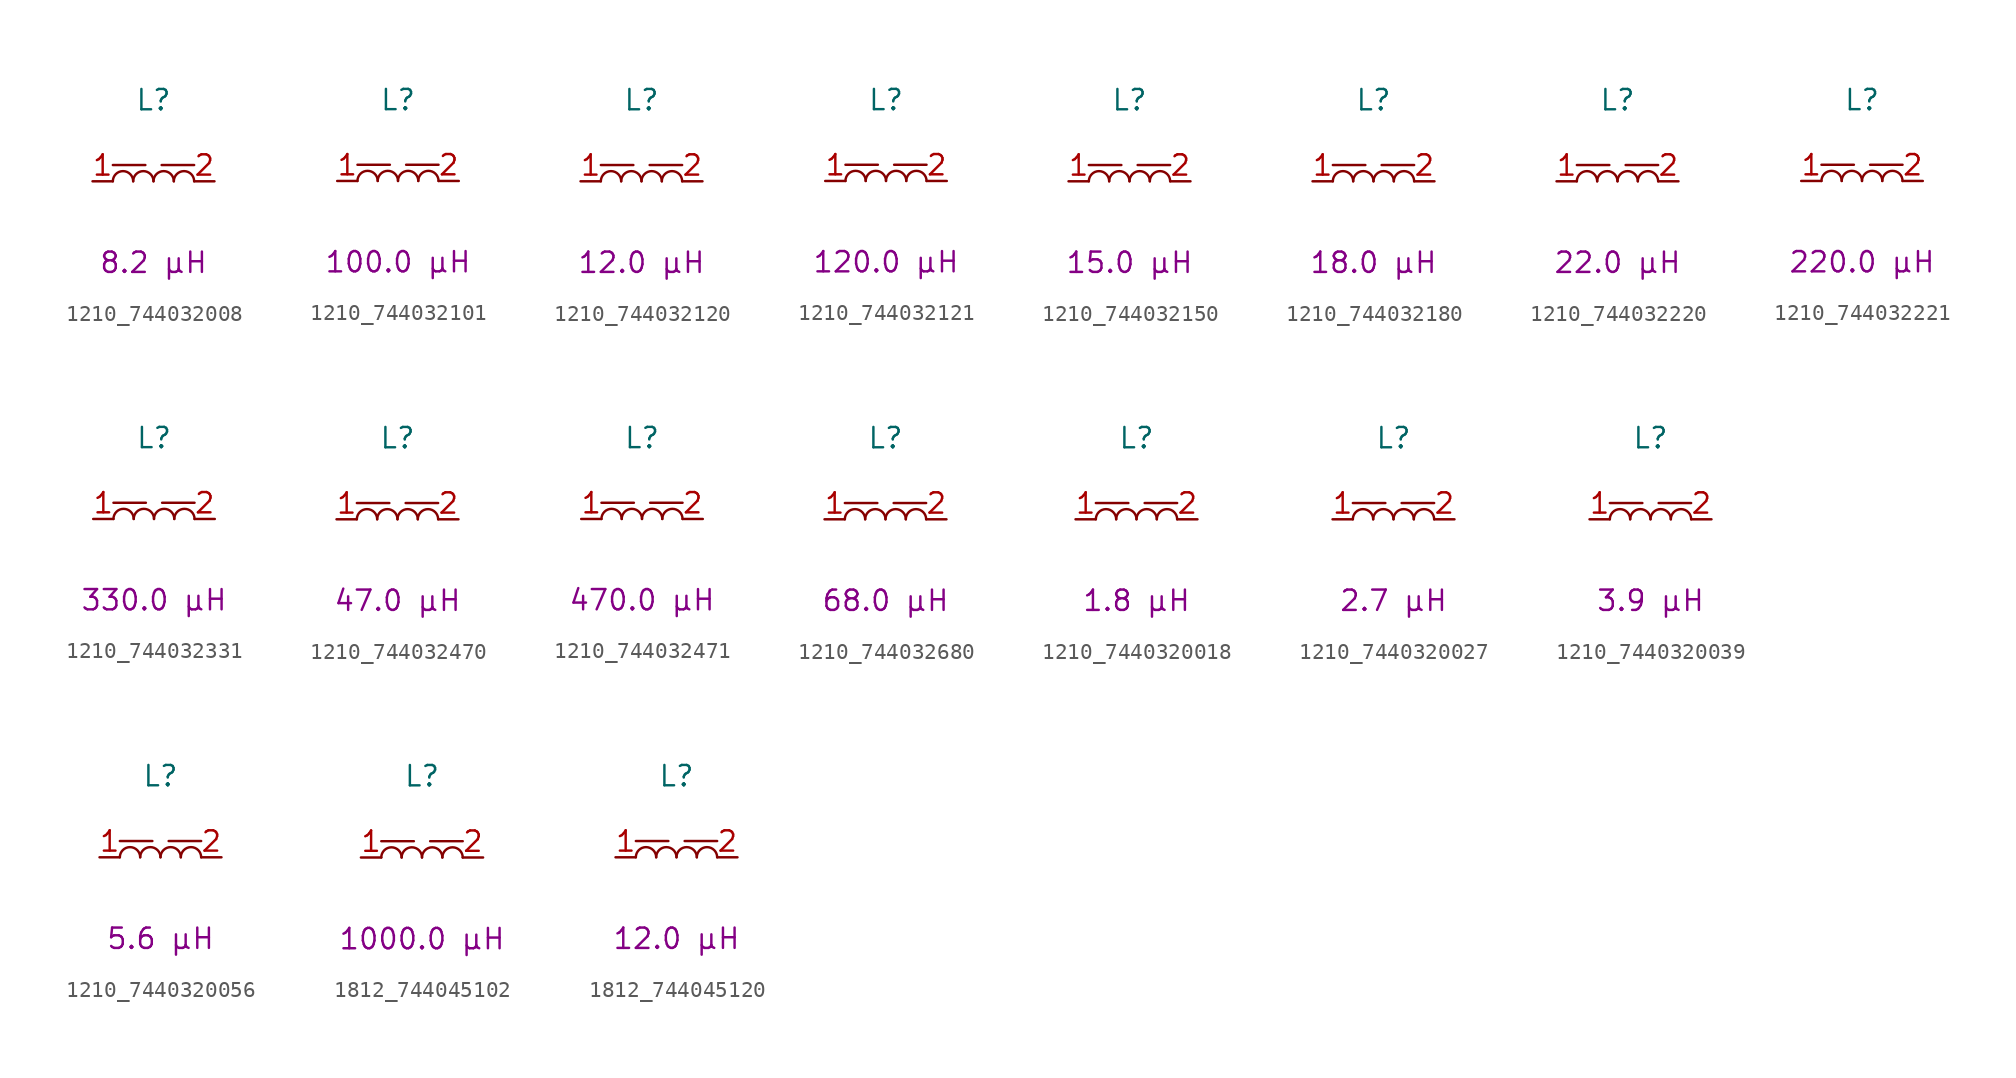
<source format=kicad_sym>
(kicad_symbol_lib
  (version 20220914)
  (generator kicad_symbol_editor)
  (symbol "1210_744032008"
    (pin_names hide)
    (property "Reference" "L"
      (at 0 5.08 0)
      (effects (font (size 1.27 1.27))))
    (property "Critical Parameter" "8.2 µH"
      (at 0 -5.08 0)
      (effects (font (size 1.27 1.27))))
    (symbol "1210_744032008_0_1"
      (arc (start -1.27 0) (mid -1.905 0.6323) (end -2.54 0) (stroke (width 0) (type default)) (fill (type none)))
      (arc (start 0 0) (mid -0.635 0.6323) (end -1.27 0) (stroke (width 0) (type default)) (fill (type none)))
      (polyline (pts (xy -2.54 1.016) (xy -0.508 1.016)) (stroke (width 0) (type default)) (fill (type none)))
      (arc (start 1.27 0) (mid 0.635 0.6323) (end 0 0) (stroke (width 0) (type default)) (fill (type none)))
      (arc (start 2.54 0) (mid 1.905 0.6323) (end 1.27 0) (stroke (width 0) (type default)) (fill (type none))))
    (symbol "1210_744032008_1_1"
      (polyline (pts (xy 2.54 1.016) (xy 0.508 1.016)) (stroke (width 0) (type default)) (fill (type none)))
      (pin passive line (at -3.81 0 0) (length 1.27) (name "1" (effects (font (size 1.27 1.27)))) (number "1" (effects (font (size 1.27 1.27)))))
      (pin passive line (at 3.81 0 180) (length 1.27) (name "2" (effects (font (size 1.27 1.27)))) (number "2" (effects (font (size 1.27 1.27)))))))
  (symbol "1210_744032101"
    (pin_names hide)
    (property "Reference" "L"
      (at 0 5.08 0)
      (effects (font (size 1.27 1.27))))
    (property "Critical Parameter" "100.0 µH"
      (at 0 -5.08 0)
      (effects (font (size 1.27 1.27))))
    (symbol "1210_744032101_0_1"
      (arc (start -1.27 0) (mid -1.905 0.6323) (end -2.54 0) (stroke (width 0) (type default)) (fill (type none)))
      (arc (start 0 0) (mid -0.635 0.6323) (end -1.27 0) (stroke (width 0) (type default)) (fill (type none)))
      (polyline (pts (xy -2.54 1.016) (xy -0.508 1.016)) (stroke (width 0) (type default)) (fill (type none)))
      (arc (start 1.27 0) (mid 0.635 0.6323) (end 0 0) (stroke (width 0) (type default)) (fill (type none)))
      (arc (start 2.54 0) (mid 1.905 0.6323) (end 1.27 0) (stroke (width 0) (type default)) (fill (type none))))
    (symbol "1210_744032101_1_1"
      (polyline (pts (xy 2.54 1.016) (xy 0.508 1.016)) (stroke (width 0) (type default)) (fill (type none)))
      (pin passive line (at -3.81 0 0) (length 1.27) (name "1" (effects (font (size 1.27 1.27)))) (number "1" (effects (font (size 1.27 1.27)))))
      (pin passive line (at 3.81 0 180) (length 1.27) (name "2" (effects (font (size 1.27 1.27)))) (number "2" (effects (font (size 1.27 1.27)))))))
  (symbol "1210_744032120"
    (pin_names hide)
    (property "Reference" "L"
      (at 0 5.08 0)
      (effects (font (size 1.27 1.27))))
    (property "Critical Parameter" "12.0 µH"
      (at 0 -5.08 0)
      (effects (font (size 1.27 1.27))))
    (symbol "1210_744032120_0_1"
      (arc (start -1.27 0) (mid -1.905 0.6323) (end -2.54 0) (stroke (width 0) (type default)) (fill (type none)))
      (arc (start 0 0) (mid -0.635 0.6323) (end -1.27 0) (stroke (width 0) (type default)) (fill (type none)))
      (polyline (pts (xy -2.54 1.016) (xy -0.508 1.016)) (stroke (width 0) (type default)) (fill (type none)))
      (arc (start 1.27 0) (mid 0.635 0.6323) (end 0 0) (stroke (width 0) (type default)) (fill (type none)))
      (arc (start 2.54 0) (mid 1.905 0.6323) (end 1.27 0) (stroke (width 0) (type default)) (fill (type none))))
    (symbol "1210_744032120_1_1"
      (polyline (pts (xy 2.54 1.016) (xy 0.508 1.016)) (stroke (width 0) (type default)) (fill (type none)))
      (pin passive line (at -3.81 0 0) (length 1.27) (name "1" (effects (font (size 1.27 1.27)))) (number "1" (effects (font (size 1.27 1.27)))))
      (pin passive line (at 3.81 0 180) (length 1.27) (name "2" (effects (font (size 1.27 1.27)))) (number "2" (effects (font (size 1.27 1.27)))))))
  (symbol "1210_744032121"
    (pin_names hide)
    (property "Reference" "L"
      (at 0 5.08 0)
      (effects (font (size 1.27 1.27))))
    (property "Critical Parameter" "120.0 µH"
      (at 0 -5.08 0)
      (effects (font (size 1.27 1.27))))
    (symbol "1210_744032121_0_1"
      (arc (start -1.27 0) (mid -1.905 0.6323) (end -2.54 0) (stroke (width 0) (type default)) (fill (type none)))
      (arc (start 0 0) (mid -0.635 0.6323) (end -1.27 0) (stroke (width 0) (type default)) (fill (type none)))
      (polyline (pts (xy -2.54 1.016) (xy -0.508 1.016)) (stroke (width 0) (type default)) (fill (type none)))
      (arc (start 1.27 0) (mid 0.635 0.6323) (end 0 0) (stroke (width 0) (type default)) (fill (type none)))
      (arc (start 2.54 0) (mid 1.905 0.6323) (end 1.27 0) (stroke (width 0) (type default)) (fill (type none))))
    (symbol "1210_744032121_1_1"
      (polyline (pts (xy 2.54 1.016) (xy 0.508 1.016)) (stroke (width 0) (type default)) (fill (type none)))
      (pin passive line (at -3.81 0 0) (length 1.27) (name "1" (effects (font (size 1.27 1.27)))) (number "1" (effects (font (size 1.27 1.27)))))
      (pin passive line (at 3.81 0 180) (length 1.27) (name "2" (effects (font (size 1.27 1.27)))) (number "2" (effects (font (size 1.27 1.27)))))))
  (symbol "1210_744032150"
    (pin_names hide)
    (property "Reference" "L"
      (at 0 5.08 0)
      (effects (font (size 1.27 1.27))))
    (property "Critical Parameter" "15.0 µH"
      (at 0 -5.08 0)
      (effects (font (size 1.27 1.27))))
    (symbol "1210_744032150_0_1"
      (arc (start -1.27 0) (mid -1.905 0.6323) (end -2.54 0) (stroke (width 0) (type default)) (fill (type none)))
      (arc (start 0 0) (mid -0.635 0.6323) (end -1.27 0) (stroke (width 0) (type default)) (fill (type none)))
      (polyline (pts (xy -2.54 1.016) (xy -0.508 1.016)) (stroke (width 0) (type default)) (fill (type none)))
      (arc (start 1.27 0) (mid 0.635 0.6323) (end 0 0) (stroke (width 0) (type default)) (fill (type none)))
      (arc (start 2.54 0) (mid 1.905 0.6323) (end 1.27 0) (stroke (width 0) (type default)) (fill (type none))))
    (symbol "1210_744032150_1_1"
      (polyline (pts (xy 2.54 1.016) (xy 0.508 1.016)) (stroke (width 0) (type default)) (fill (type none)))
      (pin passive line (at -3.81 0 0) (length 1.27) (name "1" (effects (font (size 1.27 1.27)))) (number "1" (effects (font (size 1.27 1.27)))))
      (pin passive line (at 3.81 0 180) (length 1.27) (name "2" (effects (font (size 1.27 1.27)))) (number "2" (effects (font (size 1.27 1.27)))))))
  (symbol "1210_744032180"
    (pin_names hide)
    (property "Reference" "L"
      (at 0 5.08 0)
      (effects (font (size 1.27 1.27))))
    (property "Critical Parameter" "18.0 µH"
      (at 0 -5.08 0)
      (effects (font (size 1.27 1.27))))
    (symbol "1210_744032180_0_1"
      (arc (start -1.27 0) (mid -1.905 0.6323) (end -2.54 0) (stroke (width 0) (type default)) (fill (type none)))
      (arc (start 0 0) (mid -0.635 0.6323) (end -1.27 0) (stroke (width 0) (type default)) (fill (type none)))
      (polyline (pts (xy -2.54 1.016) (xy -0.508 1.016)) (stroke (width 0) (type default)) (fill (type none)))
      (arc (start 1.27 0) (mid 0.635 0.6323) (end 0 0) (stroke (width 0) (type default)) (fill (type none)))
      (arc (start 2.54 0) (mid 1.905 0.6323) (end 1.27 0) (stroke (width 0) (type default)) (fill (type none))))
    (symbol "1210_744032180_1_1"
      (polyline (pts (xy 2.54 1.016) (xy 0.508 1.016)) (stroke (width 0) (type default)) (fill (type none)))
      (pin passive line (at -3.81 0 0) (length 1.27) (name "1" (effects (font (size 1.27 1.27)))) (number "1" (effects (font (size 1.27 1.27)))))
      (pin passive line (at 3.81 0 180) (length 1.27) (name "2" (effects (font (size 1.27 1.27)))) (number "2" (effects (font (size 1.27 1.27)))))))
  (symbol "1210_744032220"
    (pin_names hide)
    (property "Reference" "L"
      (at 0 5.08 0)
      (effects (font (size 1.27 1.27))))
    (property "Critical Parameter" "22.0 µH"
      (at 0 -5.08 0)
      (effects (font (size 1.27 1.27))))
    (symbol "1210_744032220_0_1"
      (arc (start -1.27 0) (mid -1.905 0.6323) (end -2.54 0) (stroke (width 0) (type default)) (fill (type none)))
      (arc (start 0 0) (mid -0.635 0.6323) (end -1.27 0) (stroke (width 0) (type default)) (fill (type none)))
      (polyline (pts (xy -2.54 1.016) (xy -0.508 1.016)) (stroke (width 0) (type default)) (fill (type none)))
      (arc (start 1.27 0) (mid 0.635 0.6323) (end 0 0) (stroke (width 0) (type default)) (fill (type none)))
      (arc (start 2.54 0) (mid 1.905 0.6323) (end 1.27 0) (stroke (width 0) (type default)) (fill (type none))))
    (symbol "1210_744032220_1_1"
      (polyline (pts (xy 2.54 1.016) (xy 0.508 1.016)) (stroke (width 0) (type default)) (fill (type none)))
      (pin passive line (at -3.81 0 0) (length 1.27) (name "1" (effects (font (size 1.27 1.27)))) (number "1" (effects (font (size 1.27 1.27)))))
      (pin passive line (at 3.81 0 180) (length 1.27) (name "2" (effects (font (size 1.27 1.27)))) (number "2" (effects (font (size 1.27 1.27)))))))
  (symbol "1210_744032221"
    (pin_names hide)
    (property "Reference" "L"
      (at 0 5.08 0)
      (effects (font (size 1.27 1.27))))
    (property "Critical Parameter" "220.0 µH"
      (at 0 -5.08 0)
      (effects (font (size 1.27 1.27))))
    (symbol "1210_744032221_0_1"
      (arc (start -1.27 0) (mid -1.905 0.6323) (end -2.54 0) (stroke (width 0) (type default)) (fill (type none)))
      (arc (start 0 0) (mid -0.635 0.6323) (end -1.27 0) (stroke (width 0) (type default)) (fill (type none)))
      (polyline (pts (xy -2.54 1.016) (xy -0.508 1.016)) (stroke (width 0) (type default)) (fill (type none)))
      (arc (start 1.27 0) (mid 0.635 0.6323) (end 0 0) (stroke (width 0) (type default)) (fill (type none)))
      (arc (start 2.54 0) (mid 1.905 0.6323) (end 1.27 0) (stroke (width 0) (type default)) (fill (type none))))
    (symbol "1210_744032221_1_1"
      (polyline (pts (xy 2.54 1.016) (xy 0.508 1.016)) (stroke (width 0) (type default)) (fill (type none)))
      (pin passive line (at -3.81 0 0) (length 1.27) (name "1" (effects (font (size 1.27 1.27)))) (number "1" (effects (font (size 1.27 1.27)))))
      (pin passive line (at 3.81 0 180) (length 1.27) (name "2" (effects (font (size 1.27 1.27)))) (number "2" (effects (font (size 1.27 1.27)))))))
  (symbol "1210_744032331"
    (pin_names hide)
    (property "Reference" "L"
      (at 0 5.08 0)
      (effects (font (size 1.27 1.27))))
    (property "Critical Parameter" "330.0 µH"
      (at 0 -5.08 0)
      (effects (font (size 1.27 1.27))))
    (symbol "1210_744032331_0_1"
      (arc (start -1.27 0) (mid -1.905 0.6323) (end -2.54 0) (stroke (width 0) (type default)) (fill (type none)))
      (arc (start 0 0) (mid -0.635 0.6323) (end -1.27 0) (stroke (width 0) (type default)) (fill (type none)))
      (polyline (pts (xy -2.54 1.016) (xy -0.508 1.016)) (stroke (width 0) (type default)) (fill (type none)))
      (arc (start 1.27 0) (mid 0.635 0.6323) (end 0 0) (stroke (width 0) (type default)) (fill (type none)))
      (arc (start 2.54 0) (mid 1.905 0.6323) (end 1.27 0) (stroke (width 0) (type default)) (fill (type none))))
    (symbol "1210_744032331_1_1"
      (polyline (pts (xy 2.54 1.016) (xy 0.508 1.016)) (stroke (width 0) (type default)) (fill (type none)))
      (pin passive line (at -3.81 0 0) (length 1.27) (name "1" (effects (font (size 1.27 1.27)))) (number "1" (effects (font (size 1.27 1.27)))))
      (pin passive line (at 3.81 0 180) (length 1.27) (name "2" (effects (font (size 1.27 1.27)))) (number "2" (effects (font (size 1.27 1.27)))))))
  (symbol "1210_744032470"
    (pin_names hide)
    (property "Reference" "L"
      (at 0 5.08 0)
      (effects (font (size 1.27 1.27))))
    (property "Critical Parameter" "47.0 µH"
      (at 0 -5.08 0)
      (effects (font (size 1.27 1.27))))
    (symbol "1210_744032470_0_1"
      (arc (start -1.27 0) (mid -1.905 0.6323) (end -2.54 0) (stroke (width 0) (type default)) (fill (type none)))
      (arc (start 0 0) (mid -0.635 0.6323) (end -1.27 0) (stroke (width 0) (type default)) (fill (type none)))
      (polyline (pts (xy -2.54 1.016) (xy -0.508 1.016)) (stroke (width 0) (type default)) (fill (type none)))
      (arc (start 1.27 0) (mid 0.635 0.6323) (end 0 0) (stroke (width 0) (type default)) (fill (type none)))
      (arc (start 2.54 0) (mid 1.905 0.6323) (end 1.27 0) (stroke (width 0) (type default)) (fill (type none))))
    (symbol "1210_744032470_1_1"
      (polyline (pts (xy 2.54 1.016) (xy 0.508 1.016)) (stroke (width 0) (type default)) (fill (type none)))
      (pin passive line (at -3.81 0 0) (length 1.27) (name "1" (effects (font (size 1.27 1.27)))) (number "1" (effects (font (size 1.27 1.27)))))
      (pin passive line (at 3.81 0 180) (length 1.27) (name "2" (effects (font (size 1.27 1.27)))) (number "2" (effects (font (size 1.27 1.27)))))))
  (symbol "1210_744032471"
    (pin_names hide)
    (property "Reference" "L"
      (at 0 5.08 0)
      (effects (font (size 1.27 1.27))))
    (property "Critical Parameter" "470.0 µH"
      (at 0 -5.08 0)
      (effects (font (size 1.27 1.27))))
    (symbol "1210_744032471_0_1"
      (arc (start -1.27 0) (mid -1.905 0.6323) (end -2.54 0) (stroke (width 0) (type default)) (fill (type none)))
      (arc (start 0 0) (mid -0.635 0.6323) (end -1.27 0) (stroke (width 0) (type default)) (fill (type none)))
      (polyline (pts (xy -2.54 1.016) (xy -0.508 1.016)) (stroke (width 0) (type default)) (fill (type none)))
      (arc (start 1.27 0) (mid 0.635 0.6323) (end 0 0) (stroke (width 0) (type default)) (fill (type none)))
      (arc (start 2.54 0) (mid 1.905 0.6323) (end 1.27 0) (stroke (width 0) (type default)) (fill (type none))))
    (symbol "1210_744032471_1_1"
      (polyline (pts (xy 2.54 1.016) (xy 0.508 1.016)) (stroke (width 0) (type default)) (fill (type none)))
      (pin passive line (at -3.81 0 0) (length 1.27) (name "1" (effects (font (size 1.27 1.27)))) (number "1" (effects (font (size 1.27 1.27)))))
      (pin passive line (at 3.81 0 180) (length 1.27) (name "2" (effects (font (size 1.27 1.27)))) (number "2" (effects (font (size 1.27 1.27)))))))
  (symbol "1210_744032680"
    (pin_names hide)
    (property "Reference" "L"
      (at 0 5.08 0)
      (effects (font (size 1.27 1.27))))
    (property "Critical Parameter" "68.0 µH"
      (at 0 -5.08 0)
      (effects (font (size 1.27 1.27))))
    (symbol "1210_744032680_0_1"
      (arc (start -1.27 0) (mid -1.905 0.6323) (end -2.54 0) (stroke (width 0) (type default)) (fill (type none)))
      (arc (start 0 0) (mid -0.635 0.6323) (end -1.27 0) (stroke (width 0) (type default)) (fill (type none)))
      (polyline (pts (xy -2.54 1.016) (xy -0.508 1.016)) (stroke (width 0) (type default)) (fill (type none)))
      (arc (start 1.27 0) (mid 0.635 0.6323) (end 0 0) (stroke (width 0) (type default)) (fill (type none)))
      (arc (start 2.54 0) (mid 1.905 0.6323) (end 1.27 0) (stroke (width 0) (type default)) (fill (type none))))
    (symbol "1210_744032680_1_1"
      (polyline (pts (xy 2.54 1.016) (xy 0.508 1.016)) (stroke (width 0) (type default)) (fill (type none)))
      (pin passive line (at -3.81 0 0) (length 1.27) (name "1" (effects (font (size 1.27 1.27)))) (number "1" (effects (font (size 1.27 1.27)))))
      (pin passive line (at 3.81 0 180) (length 1.27) (name "2" (effects (font (size 1.27 1.27)))) (number "2" (effects (font (size 1.27 1.27)))))))
  (symbol "1210_7440320018"
    (pin_names hide)
    (property "Reference" "L"
      (at 0 5.08 0)
      (effects (font (size 1.27 1.27))))
    (property "Critical Parameter" "1.8 µH"
      (at 0 -5.08 0)
      (effects (font (size 1.27 1.27))))
    (symbol "1210_7440320018_0_1"
      (arc (start -1.27 0) (mid -1.905 0.6323) (end -2.54 0) (stroke (width 0) (type default)) (fill (type none)))
      (arc (start 0 0) (mid -0.635 0.6323) (end -1.27 0) (stroke (width 0) (type default)) (fill (type none)))
      (polyline (pts (xy -2.54 1.016) (xy -0.508 1.016)) (stroke (width 0) (type default)) (fill (type none)))
      (arc (start 1.27 0) (mid 0.635 0.6323) (end 0 0) (stroke (width 0) (type default)) (fill (type none)))
      (arc (start 2.54 0) (mid 1.905 0.6323) (end 1.27 0) (stroke (width 0) (type default)) (fill (type none))))
    (symbol "1210_7440320018_1_1"
      (polyline (pts (xy 2.54 1.016) (xy 0.508 1.016)) (stroke (width 0) (type default)) (fill (type none)))
      (pin passive line (at -3.81 0 0) (length 1.27) (name "1" (effects (font (size 1.27 1.27)))) (number "1" (effects (font (size 1.27 1.27)))))
      (pin passive line (at 3.81 0 180) (length 1.27) (name "2" (effects (font (size 1.27 1.27)))) (number "2" (effects (font (size 1.27 1.27)))))))
  (symbol "1210_7440320027"
    (pin_names hide)
    (property "Reference" "L"
      (at 0 5.08 0)
      (effects (font (size 1.27 1.27))))
    (property "Critical Parameter" "2.7 µH"
      (at 0 -5.08 0)
      (effects (font (size 1.27 1.27))))
    (symbol "1210_7440320027_0_1"
      (arc (start -1.27 0) (mid -1.905 0.6323) (end -2.54 0) (stroke (width 0) (type default)) (fill (type none)))
      (arc (start 0 0) (mid -0.635 0.6323) (end -1.27 0) (stroke (width 0) (type default)) (fill (type none)))
      (polyline (pts (xy -2.54 1.016) (xy -0.508 1.016)) (stroke (width 0) (type default)) (fill (type none)))
      (arc (start 1.27 0) (mid 0.635 0.6323) (end 0 0) (stroke (width 0) (type default)) (fill (type none)))
      (arc (start 2.54 0) (mid 1.905 0.6323) (end 1.27 0) (stroke (width 0) (type default)) (fill (type none))))
    (symbol "1210_7440320027_1_1"
      (polyline (pts (xy 2.54 1.016) (xy 0.508 1.016)) (stroke (width 0) (type default)) (fill (type none)))
      (pin passive line (at -3.81 0 0) (length 1.27) (name "1" (effects (font (size 1.27 1.27)))) (number "1" (effects (font (size 1.27 1.27)))))
      (pin passive line (at 3.81 0 180) (length 1.27) (name "2" (effects (font (size 1.27 1.27)))) (number "2" (effects (font (size 1.27 1.27)))))))
  (symbol "1210_7440320039"
    (pin_names hide)
    (property "Reference" "L"
      (at 0 5.08 0)
      (effects (font (size 1.27 1.27))))
    (property "Critical Parameter" "3.9 µH"
      (at 0 -5.08 0)
      (effects (font (size 1.27 1.27))))
    (symbol "1210_7440320039_0_1"
      (arc (start -1.27 0) (mid -1.905 0.6323) (end -2.54 0) (stroke (width 0) (type default)) (fill (type none)))
      (arc (start 0 0) (mid -0.635 0.6323) (end -1.27 0) (stroke (width 0) (type default)) (fill (type none)))
      (polyline (pts (xy -2.54 1.016) (xy -0.508 1.016)) (stroke (width 0) (type default)) (fill (type none)))
      (arc (start 1.27 0) (mid 0.635 0.6323) (end 0 0) (stroke (width 0) (type default)) (fill (type none)))
      (arc (start 2.54 0) (mid 1.905 0.6323) (end 1.27 0) (stroke (width 0) (type default)) (fill (type none))))
    (symbol "1210_7440320039_1_1"
      (polyline (pts (xy 2.54 1.016) (xy 0.508 1.016)) (stroke (width 0) (type default)) (fill (type none)))
      (pin passive line (at -3.81 0 0) (length 1.27) (name "1" (effects (font (size 1.27 1.27)))) (number "1" (effects (font (size 1.27 1.27)))))
      (pin passive line (at 3.81 0 180) (length 1.27) (name "2" (effects (font (size 1.27 1.27)))) (number "2" (effects (font (size 1.27 1.27)))))))
  (symbol "1210_7440320056"
    (pin_names hide)
    (property "Reference" "L"
      (at 0 5.08 0)
      (effects (font (size 1.27 1.27))))
    (property "Critical Parameter" "5.6 µH"
      (at 0 -5.08 0)
      (effects (font (size 1.27 1.27))))
    (symbol "1210_7440320056_0_1"
      (arc (start -1.27 0) (mid -1.905 0.6323) (end -2.54 0) (stroke (width 0) (type default)) (fill (type none)))
      (arc (start 0 0) (mid -0.635 0.6323) (end -1.27 0) (stroke (width 0) (type default)) (fill (type none)))
      (polyline (pts (xy -2.54 1.016) (xy -0.508 1.016)) (stroke (width 0) (type default)) (fill (type none)))
      (arc (start 1.27 0) (mid 0.635 0.6323) (end 0 0) (stroke (width 0) (type default)) (fill (type none)))
      (arc (start 2.54 0) (mid 1.905 0.6323) (end 1.27 0) (stroke (width 0) (type default)) (fill (type none))))
    (symbol "1210_7440320056_1_1"
      (polyline (pts (xy 2.54 1.016) (xy 0.508 1.016)) (stroke (width 0) (type default)) (fill (type none)))
      (pin passive line (at -3.81 0 0) (length 1.27) (name "1" (effects (font (size 1.27 1.27)))) (number "1" (effects (font (size 1.27 1.27)))))
      (pin passive line (at 3.81 0 180) (length 1.27) (name "2" (effects (font (size 1.27 1.27)))) (number "2" (effects (font (size 1.27 1.27)))))))
  (symbol "1812_744045102"
    (pin_names hide)
    (property "Reference" "L"
      (at 0 5.08 0)
      (effects (font (size 1.27 1.27))))
    (property "Critical Parameter" "1000.0 µH"
      (at 0 -5.08 0)
      (effects (font (size 1.27 1.27))))
    (symbol "1812_744045102_0_1"
      (arc (start -1.27 0) (mid -1.905 0.6323) (end -2.54 0) (stroke (width 0) (type default)) (fill (type none)))
      (arc (start 0 0) (mid -0.635 0.6323) (end -1.27 0) (stroke (width 0) (type default)) (fill (type none)))
      (polyline (pts (xy -2.54 1.016) (xy -0.508 1.016)) (stroke (width 0) (type default)) (fill (type none)))
      (arc (start 1.27 0) (mid 0.635 0.6323) (end 0 0) (stroke (width 0) (type default)) (fill (type none)))
      (arc (start 2.54 0) (mid 1.905 0.6323) (end 1.27 0) (stroke (width 0) (type default)) (fill (type none))))
    (symbol "1812_744045102_1_1"
      (polyline (pts (xy 2.54 1.016) (xy 0.508 1.016)) (stroke (width 0) (type default)) (fill (type none)))
      (pin passive line (at -3.81 0 0) (length 1.27) (name "1" (effects (font (size 1.27 1.27)))) (number "1" (effects (font (size 1.27 1.27)))))
      (pin passive line (at 3.81 0 180) (length 1.27) (name "2" (effects (font (size 1.27 1.27)))) (number "2" (effects (font (size 1.27 1.27)))))))
  (symbol "1812_744045120"
    (pin_names hide)
    (property "Reference" "L"
      (at 0 5.08 0)
      (effects (font (size 1.27 1.27))))
    (property "Critical Parameter" "12.0 µH"
      (at 0 -5.08 0)
      (effects (font (size 1.27 1.27))))
    (symbol "1812_744045120_0_1"
      (arc (start -1.27 0) (mid -1.905 0.6323) (end -2.54 0) (stroke (width 0) (type default)) (fill (type none)))
      (arc (start 0 0) (mid -0.635 0.6323) (end -1.27 0) (stroke (width 0) (type default)) (fill (type none)))
      (polyline (pts (xy -2.54 1.016) (xy -0.508 1.016)) (stroke (width 0) (type default)) (fill (type none)))
      (arc (start 1.27 0) (mid 0.635 0.6323) (end 0 0) (stroke (width 0) (type default)) (fill (type none)))
      (arc (start 2.54 0) (mid 1.905 0.6323) (end 1.27 0) (stroke (width 0) (type default)) (fill (type none))))
    (symbol "1812_744045120_1_1"
      (polyline (pts (xy 2.54 1.016) (xy 0.508 1.016)) (stroke (width 0) (type default)) (fill (type none)))
      (pin passive line (at -3.81 0 0) (length 1.27) (name "1" (effects (font (size 1.27 1.27)))) (number "1" (effects (font (size 1.27 1.27)))))
      (pin passive line (at 3.81 0 180) (length 1.27) (name "2" (effects (font (size 1.27 1.27)))) (number "2" (effects (font (size 1.27 1.27))))))))
</source>
